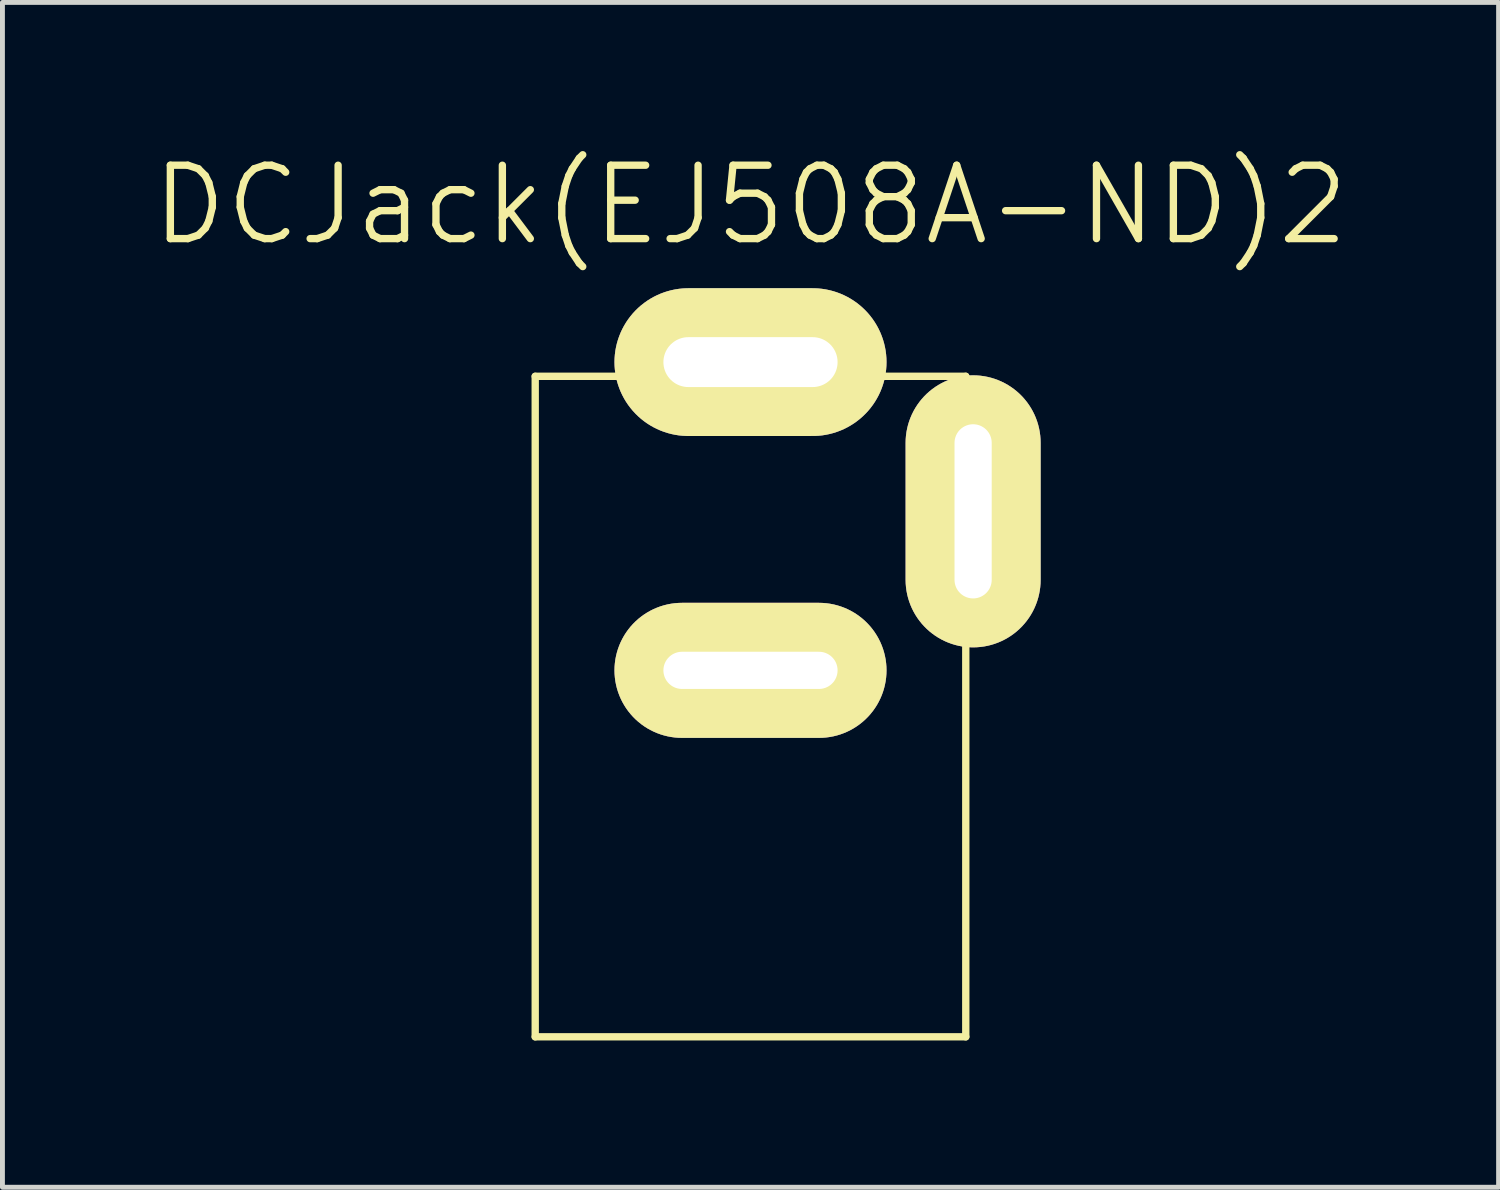
<source format=kicad_pcb>
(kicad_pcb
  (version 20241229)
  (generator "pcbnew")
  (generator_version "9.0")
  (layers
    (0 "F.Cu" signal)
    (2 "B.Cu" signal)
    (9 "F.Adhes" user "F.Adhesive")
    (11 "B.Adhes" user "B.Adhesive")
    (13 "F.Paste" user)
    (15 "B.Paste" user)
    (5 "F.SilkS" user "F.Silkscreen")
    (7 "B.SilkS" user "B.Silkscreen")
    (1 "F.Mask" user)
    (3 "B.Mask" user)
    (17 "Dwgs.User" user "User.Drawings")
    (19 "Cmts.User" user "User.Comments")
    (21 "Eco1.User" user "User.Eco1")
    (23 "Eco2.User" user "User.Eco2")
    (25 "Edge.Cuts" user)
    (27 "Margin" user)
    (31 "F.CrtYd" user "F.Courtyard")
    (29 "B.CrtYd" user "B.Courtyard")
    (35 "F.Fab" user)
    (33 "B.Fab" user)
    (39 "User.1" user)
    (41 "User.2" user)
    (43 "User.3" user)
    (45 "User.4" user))
  (footprint "DCJack(EJ508A-ND)2"
    (layer "F.Cu")
    (at 12.289 12.141)
    (property "Reference" "DCJack(EJ508A-ND)2" (at 0 -11 0) (layer "F.SilkS") (effects (font (size 1.5 1.5) (thickness 0.15))))
    (attr through_hole)
    (fp_line (start -4.4 -7.5) (end 4.4 -7.5) (stroke (width 0.15) (type solid)) (layer "F.SilkS"))
    (fp_line (start -4.4 6) (end -4.4 -7.5) (stroke (width 0.15) (type solid)) (layer "F.SilkS"))
    (fp_line (start -4.4 6) (end 4.4 6) (stroke (width 0.15) (type solid)) (layer "F.SilkS"))
    (fp_line (start 4.4 6) (end 4.4 -7.5) (stroke (width 0.15) (type solid)) (layer "F.SilkS"))
    (pad "1" thru_hole oval (at 0 -7.79) (size 5.56 3.02) (drill oval 3.56 1.02) (layers "*.Cu" "*.Mask" "F.SilkS"))
    (pad "2" thru_hole oval (at 0 -1.49) (size 5.56 2.76) (drill oval 3.56 0.76) (layers "*.Cu" "*.Mask" "F.SilkS"))
    (pad "3" thru_hole oval (at 4.55 -4.74) (size 2.76 5.56) (drill oval 0.76 3.56) (layers "*.Cu" "*.Mask" "F.SilkS")))
  (gr_rect
    (start -3 -3)
    (end 27.579 21.216)
    (stroke (width 0.1) (type default))
    (fill no)
    (layer "Edge.Cuts")))
</source>
